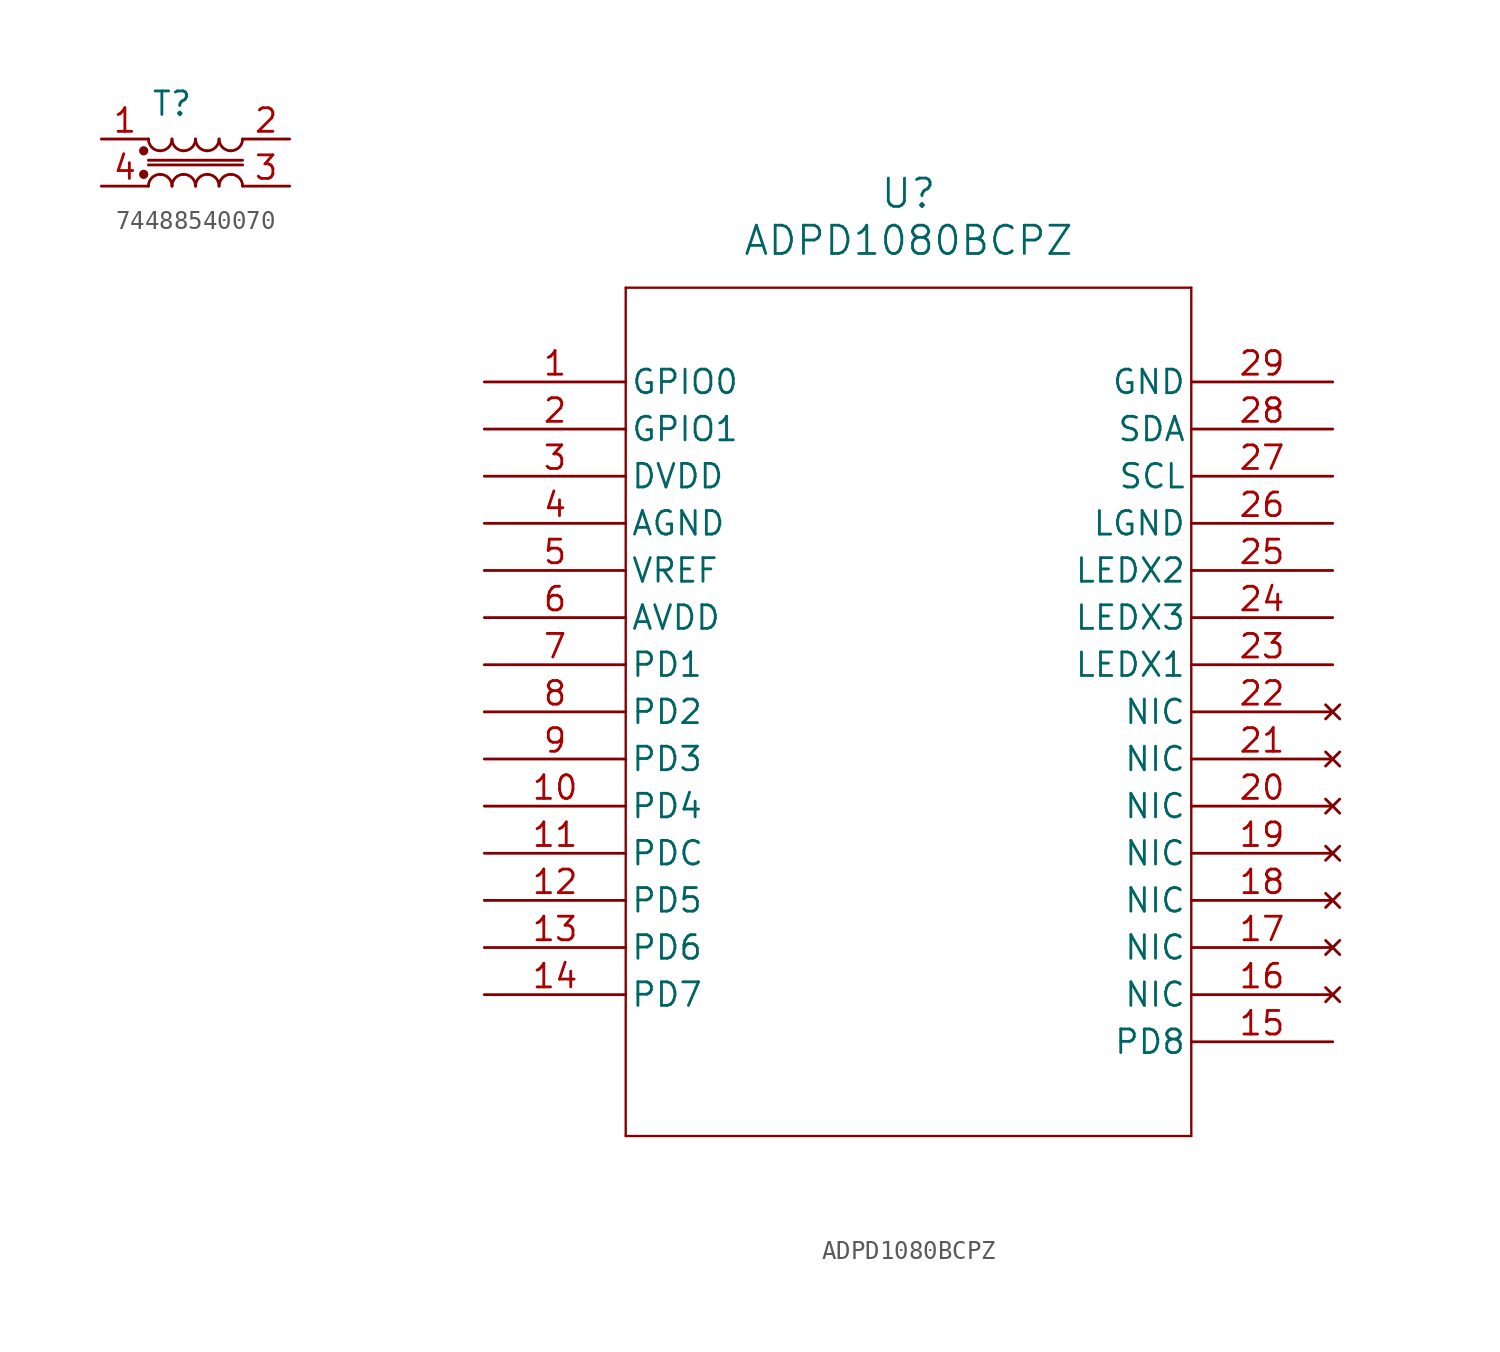
<source format=kicad_sym>
(kicad_symbol_lib
  (version 20220914)
  (generator kicad_symbol_editor)
  (symbol "74488540070"
    (property "Reference" "T"
      (at 0 0 0)
      (effects (font (size 1.27 1.27))))
    (property "Value" ""
      (at 0 0 0)
      (effects (font (size 1.27 1.27))))
    (symbol "74488540070_0_1"
      (arc (start -1.27 -1.905) (mid -1.084 -2.354) (end -0.635 -2.54) (stroke (width 0) (type default)) (fill (type none)))
      (arc (start -0.635 -3.81) (mid -1.084 -3.996) (end -1.27 -4.445) (stroke (width 0) (type default)) (fill (type none)))
      (arc (start -0.635 -2.54) (mid -0.186 -2.354) (end 0 -1.905) (stroke (width 0) (type default)) (fill (type none)))
      (arc (start 0 -4.445) (mid -0.186 -3.996) (end -0.635 -3.81) (stroke (width 0) (type default)) (fill (type none)))
      (arc (start 0 -1.905) (mid 0.186 -2.354) (end 0.635 -2.54) (stroke (width 0) (type default)) (fill (type none)))
      (polyline (pts (xy -1.27 -3.302) (xy 3.81 -3.302)) (stroke (width 0) (type default)) (fill (type none)))
      (polyline (pts (xy -1.27 -3.048) (xy 3.81 -3.048)) (stroke (width 0) (type default)) (fill (type none)))
      (arc (start 0.635 -3.81) (mid 0.186 -3.996) (end 0 -4.445) (stroke (width 0) (type default)) (fill (type none)))
      (arc (start 0.635 -2.54) (mid 1.084 -2.354) (end 1.27 -1.905) (stroke (width 0) (type default)) (fill (type none)))
      (arc (start 1.27 -4.445) (mid 1.084 -3.996) (end 0.635 -3.81) (stroke (width 0) (type default)) (fill (type none)))
      (arc (start 1.27 -1.905) (mid 1.456 -2.354) (end 1.905 -2.54) (stroke (width 0) (type default)) (fill (type none)))
      (arc (start 1.905 -3.81) (mid 1.456 -3.996) (end 1.27 -4.445) (stroke (width 0) (type default)) (fill (type none)))
      (arc (start 1.905 -2.54) (mid 2.354 -2.354) (end 2.54 -1.905) (stroke (width 0) (type default)) (fill (type none)))
      (arc (start 2.54 -4.445) (mid 2.354 -3.996) (end 1.905 -3.81) (stroke (width 0) (type default)) (fill (type none)))
      (arc (start 2.54 -1.905) (mid 2.726 -2.354) (end 3.175 -2.54) (stroke (width 0) (type default)) (fill (type none)))
      (arc (start 3.175 -3.81) (mid 2.726 -3.996) (end 2.54 -4.445) (stroke (width 0) (type default)) (fill (type none)))
      (arc (start 3.175 -2.54) (mid 3.624 -2.354) (end 3.81 -1.905) (stroke (width 0) (type default)) (fill (type none)))
      (arc (start 3.81 -4.445) (mid 3.624 -3.996) (end 3.175 -3.81) (stroke (width 0) (type default)) (fill (type none))))
    (symbol "74488540070_1_1"
      (circle (center -1.524 -3.81) (radius 0.0001) (stroke (width 0.25) (type default)) (fill (type none)))
      (circle (center -1.524 -2.54) (radius 0.0001) (stroke (width 0.25) (type default)) (fill (type none)))
      (pin passive line (at -3.81 -1.905 0) (length 2.54) (name "" (effects (font (size 1.27 1.27)))) (number "1" (effects (font (size 1.27 1.27)))))
      (pin passive line (at 6.35 -1.905 180) (length 2.54) (name "" (effects (font (size 1.27 1.27)))) (number "2" (effects (font (size 1.27 1.27)))))
      (pin passive line (at 6.35 -4.445 180) (length 2.54) (name "" (effects (font (size 1.27 1.27)))) (number "3" (effects (font (size 1.27 1.27)))))
      (pin passive line (at -3.81 -4.445 0) (length 2.54) (name "" (effects (font (size 1.27 1.27)))) (number "4" (effects (font (size 1.27 1.27)))))))
  (symbol "ADPD1080BCPZ"
    (pin_names
      (offset 0.254))
    (property "Reference" "U"
      (at 22.86 10.16 0)
      (effects (font (size 1.524 1.524))))
    (property "Value" "ADPD1080BCPZ"
      (at 22.86 7.62 0)
      (effects (font (size 1.524 1.524))))
    (property "ki_locked" ""
      (at 0 0 0)
      (effects (font (size 1.27 1.27))))
    (symbol "ADPD1080BCPZ_0_1"
      (polyline (pts (xy 7.62 -40.64) (xy 38.1 -40.64)) (stroke (width 0.127) (type default)) (fill (type none)))
      (polyline (pts (xy 7.62 5.08) (xy 7.62 -40.64)) (stroke (width 0.127) (type default)) (fill (type none)))
      (polyline (pts (xy 38.1 -40.64) (xy 38.1 5.08)) (stroke (width 0.127) (type default)) (fill (type none)))
      (polyline (pts (xy 38.1 5.08) (xy 7.62 5.08)) (stroke (width 0.127) (type default)) (fill (type none)))
      (pin bidirectional line (at 0 0 0) (length 7.62) (name "GPIO0" (effects (font (size 1.27 1.27)))) (number "1" (effects (font (size 1.27 1.27)))))
      (pin input line (at 0 -22.86 0) (length 7.62) (name "PD4" (effects (font (size 1.27 1.27)))) (number "10" (effects (font (size 1.27 1.27)))))
      (pin output line (at 0 -25.4 0) (length 7.62) (name "PDC" (effects (font (size 1.27 1.27)))) (number "11" (effects (font (size 1.27 1.27)))))
      (pin input line (at 0 -27.94 0) (length 7.62) (name "PD5" (effects (font (size 1.27 1.27)))) (number "12" (effects (font (size 1.27 1.27)))))
      (pin input line (at 0 -30.48 0) (length 7.62) (name "PD6" (effects (font (size 1.27 1.27)))) (number "13" (effects (font (size 1.27 1.27)))))
      (pin input line (at 0 -33.02 0) (length 7.62) (name "PD7" (effects (font (size 1.27 1.27)))) (number "14" (effects (font (size 1.27 1.27)))))
      (pin input line (at 45.72 -35.56 180) (length 7.62) (name "PD8" (effects (font (size 1.27 1.27)))) (number "15" (effects (font (size 1.27 1.27)))))
      (pin no_connect line (at 45.72 -33.02 180) (length 7.62) (name "NIC" (effects (font (size 1.27 1.27)))) (number "16" (effects (font (size 1.27 1.27)))))
      (pin no_connect line (at 45.72 -30.48 180) (length 7.62) (name "NIC" (effects (font (size 1.27 1.27)))) (number "17" (effects (font (size 1.27 1.27)))))
      (pin no_connect line (at 45.72 -27.94 180) (length 7.62) (name "NIC" (effects (font (size 1.27 1.27)))) (number "18" (effects (font (size 1.27 1.27)))))
      (pin no_connect line (at 45.72 -25.4 180) (length 7.62) (name "NIC" (effects (font (size 1.27 1.27)))) (number "19" (effects (font (size 1.27 1.27)))))
      (pin bidirectional line (at 0 -2.54 0) (length 7.62) (name "GPIO1" (effects (font (size 1.27 1.27)))) (number "2" (effects (font (size 1.27 1.27)))))
      (pin no_connect line (at 45.72 -22.86 180) (length 7.62) (name "NIC" (effects (font (size 1.27 1.27)))) (number "20" (effects (font (size 1.27 1.27)))))
      (pin no_connect line (at 45.72 -20.32 180) (length 7.62) (name "NIC" (effects (font (size 1.27 1.27)))) (number "21" (effects (font (size 1.27 1.27)))))
      (pin no_connect line (at 45.72 -17.78 180) (length 7.62) (name "NIC" (effects (font (size 1.27 1.27)))) (number "22" (effects (font (size 1.27 1.27)))))
      (pin output line (at 45.72 -15.24 180) (length 7.62) (name "LEDX1" (effects (font (size 1.27 1.27)))) (number "23" (effects (font (size 1.27 1.27)))))
      (pin output line (at 45.72 -12.7 180) (length 7.62) (name "LEDX3" (effects (font (size 1.27 1.27)))) (number "24" (effects (font (size 1.27 1.27)))))
      (pin output line (at 45.72 -10.16 180) (length 7.62) (name "LEDX2" (effects (font (size 1.27 1.27)))) (number "25" (effects (font (size 1.27 1.27)))))
      (pin power_out line (at 45.72 -7.62 180) (length 7.62) (name "LGND" (effects (font (size 1.27 1.27)))) (number "26" (effects (font (size 1.27 1.27)))))
      (pin input line (at 45.72 -5.08 180) (length 7.62) (name "SCL" (effects (font (size 1.27 1.27)))) (number "27" (effects (font (size 1.27 1.27)))))
      (pin bidirectional line (at 45.72 -2.54 180) (length 7.62) (name "SDA" (effects (font (size 1.27 1.27)))) (number "28" (effects (font (size 1.27 1.27)))))
      (pin power_out line (at 45.72 0 180) (length 7.62) (name "GND" (effects (font (size 1.27 1.27)))) (number "29" (effects (font (size 1.27 1.27)))))
      (pin power_in line (at 0 -5.08 0) (length 7.62) (name "DVDD" (effects (font (size 1.27 1.27)))) (number "3" (effects (font (size 1.27 1.27)))))
      (pin power_out line (at 0 -7.62 0) (length 7.62) (name "AGND" (effects (font (size 1.27 1.27)))) (number "4" (effects (font (size 1.27 1.27)))))
      (pin power_in line (at 0 -10.16 0) (length 7.62) (name "VREF" (effects (font (size 1.27 1.27)))) (number "5" (effects (font (size 1.27 1.27)))))
      (pin power_in line (at 0 -12.7 0) (length 7.62) (name "AVDD" (effects (font (size 1.27 1.27)))) (number "6" (effects (font (size 1.27 1.27)))))
      (pin input line (at 0 -15.24 0) (length 7.62) (name "PD1" (effects (font (size 1.27 1.27)))) (number "7" (effects (font (size 1.27 1.27)))))
      (pin input line (at 0 -17.78 0) (length 7.62) (name "PD2" (effects (font (size 1.27 1.27)))) (number "8" (effects (font (size 1.27 1.27)))))
      (pin input line (at 0 -20.32 0) (length 7.62) (name "PD3" (effects (font (size 1.27 1.27)))) (number "9" (effects (font (size 1.27 1.27))))))))
</source>
